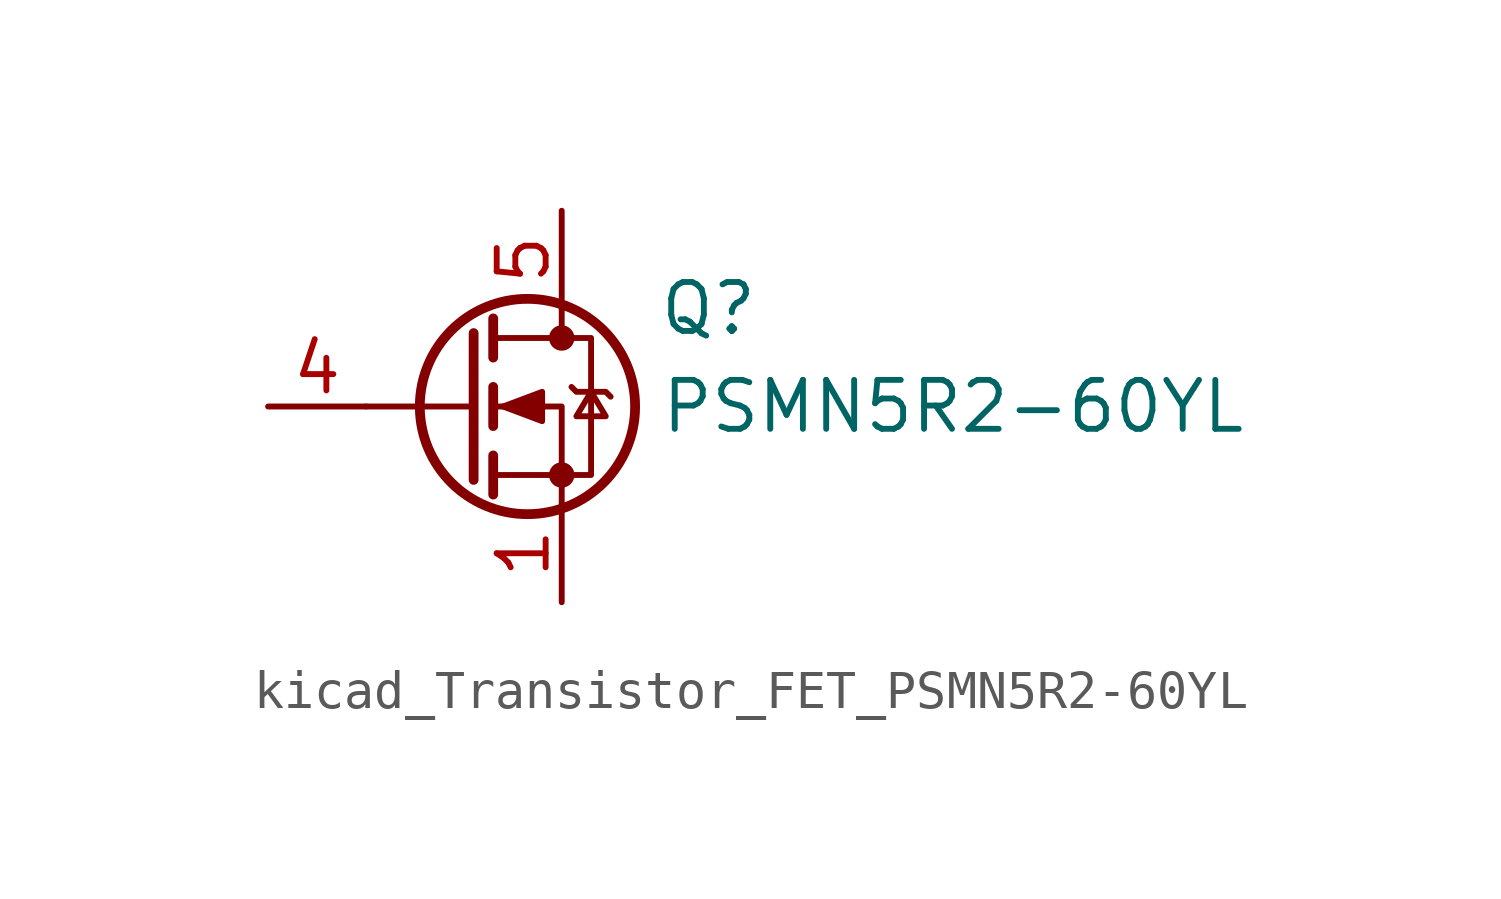
<source format=kicad_sym>
(kicad_symbol_lib
  (version 20220914)
  (generator kicad_symbol_editor)
  (symbol "kicad_Transistor_FET_PSMN5R2-60YL"
    (pin_names hide)
    (property "Reference" "Q"
      (at 6.35 2.54 0)
      (effects (font (size 1.27 1.27))))
    (property "Value" "PSMN5R2-60YL"
      (at 12.7 0 0)
      (effects (font (size 1.27 1.27))))
    (symbol "kicad_Transistor_FET_PSMN5R2-60YL_0_1"
      (polyline (pts (xy 0.254 0) (xy -2.54 0)) (stroke (width 0) (type default)) (fill (type none)))
      (polyline (pts (xy 0.254 1.905) (xy 0.254 -1.905)) (stroke (width 0.254) (type default)) (fill (type none)))
      (polyline (pts (xy 0.762 -1.27) (xy 0.762 -2.286)) (stroke (width 0.254) (type default)) (fill (type none)))
      (polyline (pts (xy 0.762 0.508) (xy 0.762 -0.508)) (stroke (width 0.254) (type default)) (fill (type none)))
      (polyline (pts (xy 0.762 2.286) (xy 0.762 1.27)) (stroke (width 0.254) (type default)) (fill (type none)))
      (polyline (pts (xy 2.54 2.54) (xy 2.54 1.778)) (stroke (width 0) (type default)) (fill (type none)))
      (polyline (pts (xy 2.54 -2.54) (xy 2.54 0) (xy 0.762 0)) (stroke (width 0) (type default)) (fill (type none)))
      (polyline (pts (xy 0.762 -1.778) (xy 3.302 -1.778) (xy 3.302 1.778) (xy 0.762 1.778)) (stroke (width 0) (type default)) (fill (type none)))
      (polyline (pts (xy 1.016 0) (xy 2.032 0.381) (xy 2.032 -0.381) (xy 1.016 0)) (stroke (width 0) (type default)) (fill (type outline)))
      (polyline (pts (xy 2.794 0.508) (xy 2.921 0.381) (xy 3.683 0.381) (xy 3.81 0.254)) (stroke (width 0) (type default)) (fill (type none)))
      (polyline (pts (xy 3.302 0.381) (xy 2.921 -0.254) (xy 3.683 -0.254) (xy 3.302 0.381)) (stroke (width 0) (type default)) (fill (type none)))
      (circle (center 1.651 0) (radius 2.794) (stroke (width 0.254) (type default)) (fill (type none)))
      (circle (center 2.54 -1.778) (radius 0.254) (stroke (width 0) (type default)) (fill (type outline)))
      (circle (center 2.54 1.778) (radius 0.254) (stroke (width 0) (type default)) (fill (type outline))))
    (symbol "kicad_Transistor_FET_PSMN5R2-60YL_1_1"
      (pin passive line (at 2.54 -5.08 90) (length 2.54) (name "S" (effects (font (size 1.27 1.27)))) (number "1" (effects (font (size 1.27 1.27)))))
      (pin passive line (at 2.54 -5.08 90) (length 2.54) hide (name "S" (effects (font (size 1.27 1.27)))) (number "2" (effects (font (size 1.27 1.27)))))
      (pin passive line (at 2.54 -5.08 90) (length 2.54) hide (name "S" (effects (font (size 1.27 1.27)))) (number "3" (effects (font (size 1.27 1.27)))))
      (pin passive line (at -5.08 0 0) (length 2.54) (name "G" (effects (font (size 1.27 1.27)))) (number "4" (effects (font (size 1.27 1.27)))))
      (pin passive line (at 2.54 5.08 270) (length 2.54) (name "D" (effects (font (size 1.27 1.27)))) (number "5" (effects (font (size 1.27 1.27))))))))
</source>
